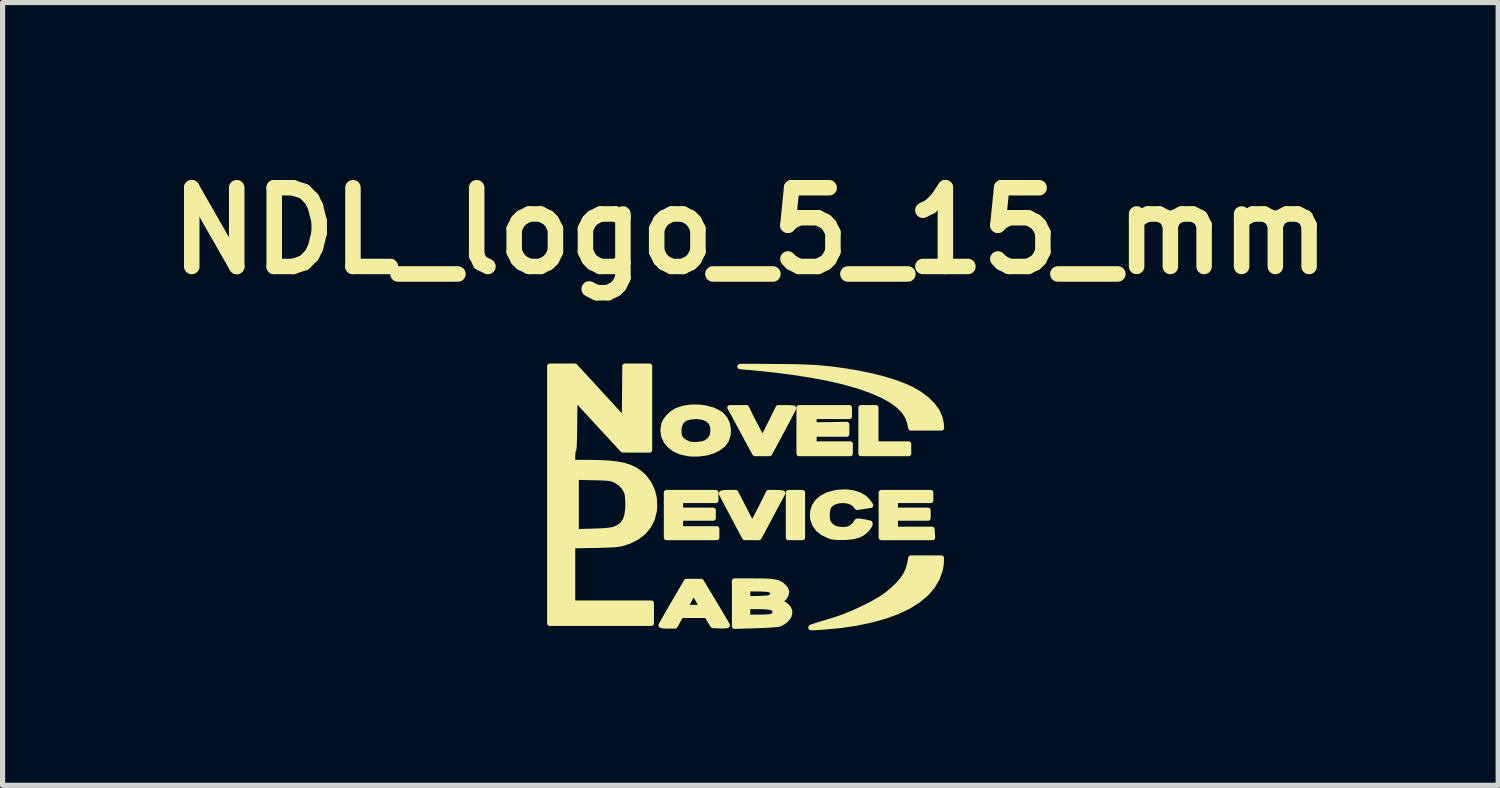
<source format=kicad_pcb>
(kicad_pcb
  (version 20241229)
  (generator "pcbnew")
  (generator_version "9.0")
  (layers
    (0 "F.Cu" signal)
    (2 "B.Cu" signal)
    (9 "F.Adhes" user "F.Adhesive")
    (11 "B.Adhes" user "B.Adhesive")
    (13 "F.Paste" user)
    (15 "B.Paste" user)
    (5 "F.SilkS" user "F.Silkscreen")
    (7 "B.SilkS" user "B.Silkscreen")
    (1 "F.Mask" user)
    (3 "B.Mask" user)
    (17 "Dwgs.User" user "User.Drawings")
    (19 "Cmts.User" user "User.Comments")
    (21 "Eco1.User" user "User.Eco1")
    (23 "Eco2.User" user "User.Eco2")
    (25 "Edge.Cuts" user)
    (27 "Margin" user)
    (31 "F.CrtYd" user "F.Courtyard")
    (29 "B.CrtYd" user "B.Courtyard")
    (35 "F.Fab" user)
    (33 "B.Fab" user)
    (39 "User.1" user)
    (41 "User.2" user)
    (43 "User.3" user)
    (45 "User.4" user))
  (footprint "NDL_logo_5_15_mm"
    (layer "F.Cu")
    (at 11.388 6.534)
    (property "Reference" "NDL_logo_5_15_mm" (at 0.086 -5.116 0) (layer "F.SilkS") (effects (font (size 1.524 1.524) (thickness 0.3))))
    (attr through_hole)
    (fp_poly (pts (xy 1.095 0.821) (xy 0.958 0.821) (xy 0.821 0.821) (xy 0.821 0.385) (xy 0.821 -0.051) (xy 0.958 -0.051) (xy 1.095 -0.051) (xy 1.095 0.385) (xy 1.095 0.821)) (stroke (width 0.1) (type solid)) (fill yes) (layer "F.SilkS"))
    (fp_poly (pts (xy 3.149 -0.804) (xy 2.687 -0.804) (xy 2.225 -0.804) (xy 2.225 -1.249) (xy 2.225 -1.694) (xy 2.37 -1.694) (xy 2.515 -1.694) (xy 2.515 -1.343) (xy 2.515 -0.992) (xy 2.832 -0.992) (xy 3.149 -0.992) (xy 3.149 -0.898) (xy 3.149 -0.804)) (stroke (width 0.1) (type solid)) (fill yes) (layer "F.SilkS"))
    (fp_poly (pts (xy -0.565 0.821) (xy -1.052 0.821) (xy -1.54 0.821) (xy -1.54 0.385) (xy -1.54 -0.051) (xy -1.061 -0.051) (xy -0.582 -0.051) (xy -0.582 0.026) (xy -0.582 0.103) (xy -0.924 0.103) (xy -1.266 0.103) (xy -1.266 0.197) (xy -1.266 0.291) (xy -0.95 0.291) (xy -0.633 0.291) (xy -0.633 0.368) (xy -0.633 0.445) (xy -0.95 0.445) (xy -1.266 0.445) (xy -1.266 0.548) (xy -1.266 0.65) (xy -0.915 0.65) (xy -0.565 0.65) (xy -0.565 0.736) (xy -0.565 0.821)) (stroke (width 0.1) (type solid)) (fill yes) (layer "F.SilkS"))
    (fp_poly (pts (xy 2.019 -0.804) (xy 1.523 -0.804) (xy 1.027 -0.804) (xy 1.027 -1.249) (xy 1.027 -1.694) (xy 1.514 -1.694) (xy 2.002 -1.694) (xy 2.002 -1.608) (xy 2.002 -1.523) (xy 1.66 -1.523) (xy 1.318 -1.523) (xy 1.318 -1.442) (xy 1.318 -1.36) (xy 1.634 -1.365) (xy 1.951 -1.37) (xy 1.951 -1.276) (xy 1.951 -1.181) (xy 1.634 -1.181) (xy 1.318 -1.181) (xy 1.318 -1.087) (xy 1.318 -0.992) (xy 1.668 -0.992) (xy 2.019 -0.992) (xy 2.019 -0.898) (xy 2.019 -0.804)) (stroke (width 0.1) (type solid)) (fill yes) (layer "F.SilkS"))
    (fp_poly (pts (xy 3.612 0.821) (xy 3.115 0.821) (xy 2.618 0.821) (xy 2.618 0.385) (xy 2.618 -0.051) (xy 3.097 -0.051) (xy 3.576 -0.051) (xy 3.576 0.026) (xy 3.576 0.103) (xy 3.234 0.103) (xy 2.892 0.103) (xy 2.892 0.197) (xy 2.892 0.291) (xy 3.208 0.291) (xy 3.525 0.291) (xy 3.525 0.368) (xy 3.525 0.445) (xy 3.208 0.445) (xy 2.892 0.445) (xy 2.892 0.552) (xy 2.892 0.659) (xy 3.247 0.659) (xy 3.602 0.659) (xy 3.607 0.74) (xy 3.612 0.821)) (stroke (width 0.1) (type solid)) (fill yes) (layer "F.SilkS"))
    (fp_poly (pts (xy 0.924 -1.684) (xy 0.916 -1.667) (xy 0.894 -1.624) (xy 0.86 -1.558) (xy 0.816 -1.474) (xy 0.764 -1.375) (xy 0.705 -1.265) (xy 0.691 -1.239) (xy 0.458 -0.804) (xy 0.315 -0.804) (xy 0.173 -0.804) (xy 0.131 -0.877) (xy 0.11 -0.916) (xy 0.076 -0.978) (xy 0.033 -1.058) (xy -0.016 -1.149) (xy -0.06 -1.232) (xy -0.112 -1.329) (xy -0.161 -1.422) (xy -0.206 -1.504) (xy -0.241 -1.569) (xy -0.26 -1.604) (xy -0.311 -1.694) (xy -0.15 -1.694) (xy 0.011 -1.694) (xy 0.061 -1.59) (xy 0.089 -1.533) (xy 0.128 -1.456) (xy 0.172 -1.37) (xy 0.216 -1.287) (xy 0.322 -1.088) (xy 0.473 -1.391) (xy 0.624 -1.694) (xy 0.774 -1.694) (xy 0.841 -1.693) (xy 0.892 -1.69) (xy 0.921 -1.686) (xy 0.924 -1.684)) (stroke (width 0.1) (type solid)) (fill yes) (layer "F.SilkS"))
    (fp_poly (pts (xy 0.714 -0.039) (xy 0.704 -0.021) (xy 0.68 0.023) (xy 0.645 0.09) (xy 0.599 0.174) (xy 0.546 0.273) (xy 0.488 0.382) (xy 0.48 0.398) (xy 0.253 0.821) (xy 0.114 0.821) (xy -0.026 0.82) (xy -0.248 0.402) (xy -0.306 0.292) (xy -0.359 0.192) (xy -0.405 0.105) (xy -0.441 0.036) (xy -0.465 -0.011) (xy -0.476 -0.033) (xy -0.476 -0.033) (xy -0.463 -0.043) (xy -0.418 -0.049) (xy -0.344 -0.051) (xy -0.339 -0.051) (xy -0.197 -0.051) (xy -0.043 0.25) (xy 0.005 0.342) (xy 0.048 0.424) (xy 0.083 0.49) (xy 0.108 0.535) (xy 0.12 0.556) (xy 0.121 0.556) (xy 0.131 0.544) (xy 0.154 0.505) (xy 0.186 0.444) (xy 0.227 0.366) (xy 0.273 0.275) (xy 0.283 0.256) (xy 0.436 -0.051) (xy 0.578 -0.051) (xy 0.642 -0.05) (xy 0.689 -0.046) (xy 0.713 -0.041) (xy 0.714 -0.039)) (stroke (width 0.1) (type solid)) (fill yes) (layer "F.SilkS"))
    (fp_poly (pts (xy 3.782 1.288) (xy 3.777 1.347) (xy 3.765 1.419) (xy 3.755 1.462) (xy 3.696 1.623) (xy 3.605 1.773) (xy 3.483 1.911) (xy 3.33 2.038) (xy 3.148 2.152) (xy 2.938 2.253) (xy 2.699 2.341) (xy 2.434 2.415) (xy 2.142 2.476) (xy 1.824 2.523) (xy 1.55 2.549) (xy 1.463 2.556) (xy 1.384 2.561) (xy 1.323 2.565) (xy 1.287 2.566) (xy 1.285 2.566) (xy 1.256 2.564) (xy 1.258 2.557) (xy 1.275 2.55) (xy 1.304 2.54) (xy 1.358 2.522) (xy 1.43 2.5) (xy 1.513 2.476) (xy 1.521 2.473) (xy 1.73 2.409) (xy 1.919 2.342) (xy 2.099 2.268) (xy 2.284 2.182) (xy 2.455 2.095) (xy 2.599 2.011) (xy 2.723 1.927) (xy 2.833 1.837) (xy 2.919 1.756) (xy 3.017 1.647) (xy 3.089 1.544) (xy 3.138 1.439) (xy 3.17 1.325) (xy 3.171 1.319) (xy 3.191 1.215) (xy 3.486 1.215) (xy 3.782 1.215) (xy 3.782 1.288)) (stroke (width 0.1) (type solid)) (fill yes) (layer "F.SilkS"))
    (fp_poly (pts (xy 3.786 -1.3) (xy 3.488 -1.3) (xy 3.19 -1.3) (xy 3.169 -1.401) (xy 3.127 -1.52) (xy 3.051 -1.633) (xy 2.942 -1.741) (xy 2.799 -1.843) (xy 2.623 -1.938) (xy 2.413 -2.028) (xy 2.171 -2.112) (xy 1.895 -2.19) (xy 1.822 -2.208) (xy 1.55 -2.269) (xy 1.25 -2.325) (xy 0.928 -2.375) (xy 0.591 -2.419) (xy 0.246 -2.456) (xy 0.059 -2.473) (xy -0.01 -2.478) (xy -0.064 -2.483) (xy -0.1 -2.487) (xy -0.118 -2.489) (xy -0.114 -2.491) (xy -0.088 -2.493) (xy -0.038 -2.493) (xy 0.039 -2.493) (xy 0.144 -2.493) (xy 0.279 -2.492) (xy 0.446 -2.491) (xy 0.513 -2.49) (xy 0.725 -2.488) (xy 0.908 -2.486) (xy 1.067 -2.482) (xy 1.208 -2.477) (xy 1.335 -2.47) (xy 1.454 -2.461) (xy 1.569 -2.45) (xy 1.687 -2.437) (xy 1.812 -2.42) (xy 1.925 -2.404) (xy 2.177 -2.362) (xy 2.421 -2.311) (xy 2.65 -2.254) (xy 2.86 -2.19) (xy 3.046 -2.122) (xy 3.191 -2.058) (xy 3.354 -1.965) (xy 3.494 -1.861) (xy 3.609 -1.749) (xy 3.696 -1.631) (xy 3.753 -1.509) (xy 3.778 -1.392) (xy 3.786 -1.3)) (stroke (width 0.1) (type solid)) (fill yes) (layer "F.SilkS"))
    (fp_poly (pts (xy -0.36 2.52) (xy -0.375 2.526) (xy -0.417 2.529) (xy -0.477 2.53) (xy -0.501 2.529) (xy -0.642 2.524) (xy -0.7 2.426) (xy -0.758 2.327) (xy -0.856 2.327) (xy -0.856 2.163) (xy -0.864 2.143) (xy -0.888 2.098) (xy -0.923 2.034) (xy -0.969 1.956) (xy -0.98 1.937) (xy -1.014 1.88) (xy -1.088 2.014) (xy -1.121 2.074) (xy -1.147 2.124) (xy -1.161 2.155) (xy -1.163 2.16) (xy -1.147 2.166) (xy -1.105 2.17) (xy -1.044 2.173) (xy -1.01 2.173) (xy -0.942 2.172) (xy -0.889 2.169) (xy -0.859 2.166) (xy -0.856 2.163) (xy -0.856 2.327) (xy -1.008 2.327) (xy -1.258 2.327) (xy -1.315 2.43) (xy -1.371 2.533) (xy -1.507 2.533) (xy -1.57 2.531) (xy -1.618 2.527) (xy -1.641 2.521) (xy -1.643 2.519) (xy -1.634 2.501) (xy -1.611 2.458) (xy -1.574 2.393) (xy -1.527 2.31) (xy -1.471 2.213) (xy -1.409 2.106) (xy -1.398 2.087) (xy -1.153 1.668) (xy -1.009 1.668) (xy -0.866 1.668) (xy -0.613 2.088) (xy -0.548 2.196) (xy -0.49 2.295) (xy -0.439 2.38) (xy -0.399 2.449) (xy -0.372 2.496) (xy -0.36 2.519) (xy -0.36 2.52)) (stroke (width 0.1) (type solid)) (fill yes) (layer "F.SilkS"))
    (fp_poly (pts (xy -0.341 -1.277) (xy -0.346 -1.17) (xy -0.377 -1.069) (xy -0.378 -1.066) (xy -0.436 -0.984) (xy -0.522 -0.914) (xy -0.63 -0.859) (xy -0.638 -0.857) (xy -0.638 -1.236) (xy -0.644 -1.332) (xy -0.679 -1.41) (xy -0.741 -1.469) (xy -0.828 -1.506) (xy -0.939 -1.522) (xy -0.965 -1.523) (xy -1.084 -1.513) (xy -1.175 -1.485) (xy -1.239 -1.438) (xy -1.28 -1.369) (xy -1.297 -1.277) (xy -1.297 -1.277) (xy -1.296 -1.184) (xy -1.276 -1.115) (xy -1.234 -1.063) (xy -1.165 -1.019) (xy -1.158 -1.016) (xy -1.102 -0.992) (xy -1.052 -0.981) (xy -0.991 -0.979) (xy -0.947 -0.98) (xy -0.851 -0.992) (xy -0.78 -1.014) (xy -0.769 -1.02) (xy -0.698 -1.076) (xy -0.655 -1.148) (xy -0.638 -1.236) (xy -0.638 -0.857) (xy -0.756 -0.82) (xy -0.895 -0.799) (xy -1.042 -0.797) (xy -1.125 -0.805) (xy -1.263 -0.836) (xy -1.382 -0.889) (xy -1.477 -0.961) (xy -1.548 -1.048) (xy -1.592 -1.148) (xy -1.607 -1.259) (xy -1.59 -1.375) (xy -1.558 -1.442) (xy -1.504 -1.513) (xy -1.435 -1.578) (xy -1.361 -1.628) (xy -1.333 -1.642) (xy -1.201 -1.684) (xy -1.057 -1.705) (xy -0.909 -1.705) (xy -0.765 -1.684) (xy -0.631 -1.645) (xy -0.516 -1.587) (xy -0.468 -1.551) (xy -0.404 -1.476) (xy -0.361 -1.382) (xy -0.341 -1.277)) (stroke (width 0.1) (type solid)) (fill yes) (layer "F.SilkS"))
    (fp_poly (pts (xy 2.415 0.197) (xy 2.283 0.217) (xy 2.151 0.238) (xy 2.116 0.194) (xy 2.059 0.145) (xy 1.983 0.115) (xy 1.896 0.102) (xy 1.806 0.107) (xy 1.722 0.128) (xy 1.651 0.165) (xy 1.603 0.218) (xy 1.599 0.224) (xy 1.579 0.29) (xy 1.571 0.381) (xy 1.571 0.391) (xy 1.578 0.475) (xy 1.599 0.537) (xy 1.642 0.589) (xy 1.682 0.622) (xy 1.734 0.646) (xy 1.807 0.661) (xy 1.888 0.666) (xy 1.963 0.658) (xy 1.991 0.651) (xy 2.044 0.623) (xy 2.096 0.579) (xy 2.133 0.531) (xy 2.142 0.511) (xy 2.155 0.502) (xy 2.185 0.501) (xy 2.241 0.508) (xy 2.268 0.513) (xy 2.329 0.525) (xy 2.376 0.535) (xy 2.399 0.542) (xy 2.4 0.542) (xy 2.403 0.561) (xy 2.387 0.597) (xy 2.358 0.64) (xy 2.321 0.683) (xy 2.316 0.688) (xy 2.249 0.74) (xy 2.173 0.777) (xy 2.081 0.801) (xy 1.965 0.814) (xy 1.899 0.817) (xy 1.803 0.818) (xy 1.731 0.815) (xy 1.674 0.808) (xy 1.624 0.794) (xy 1.614 0.79) (xy 1.491 0.733) (xy 1.396 0.658) (xy 1.33 0.566) (xy 1.293 0.46) (xy 1.289 0.434) (xy 1.291 0.318) (xy 1.324 0.213) (xy 1.385 0.123) (xy 1.474 0.048) (xy 1.587 -0.009) (xy 1.725 -0.047) (xy 1.784 -0.056) (xy 1.933 -0.063) (xy 2.07 -0.046) (xy 2.191 -0.008) (xy 2.293 0.051) (xy 2.369 0.129) (xy 2.375 0.138) (xy 2.415 0.197)) (stroke (width 0.1) (type solid)) (fill yes) (layer "F.SilkS"))
    (fp_poly (pts (xy 0.849 2.261) (xy 0.836 2.33) (xy 0.79 2.398) (xy 0.773 2.416) (xy 0.72 2.456) (xy 0.663 2.488) (xy 0.639 2.496) (xy 0.603 2.502) (xy 0.565 2.506) (xy 0.565 2.257) (xy 0.557 2.22) (xy 0.532 2.193) (xy 0.523 2.189) (xy 0.523 1.914) (xy 0.516 1.872) (xy 0.478 1.838) (xy 0.469 1.834) (xy 0.434 1.825) (xy 0.372 1.819) (xy 0.293 1.815) (xy 0.23 1.814) (xy 0.034 1.814) (xy 0.034 1.91) (xy 0.034 2.006) (xy 0.248 2) (xy 0.338 1.996) (xy 0.401 1.992) (xy 0.443 1.986) (xy 0.471 1.977) (xy 0.491 1.963) (xy 0.498 1.957) (xy 0.523 1.914) (xy 0.523 2.189) (xy 0.487 2.174) (xy 0.416 2.163) (xy 0.318 2.157) (xy 0.24 2.156) (xy 0.034 2.156) (xy 0.034 2.259) (xy 0.034 2.361) (xy 0.261 2.361) (xy 0.361 2.36) (xy 0.433 2.357) (xy 0.482 2.351) (xy 0.513 2.342) (xy 0.527 2.335) (xy 0.559 2.293) (xy 0.565 2.257) (xy 0.565 2.506) (xy 0.539 2.508) (xy 0.452 2.514) (xy 0.349 2.519) (xy 0.235 2.524) (xy 0.175 2.526) (xy -0.222 2.538) (xy -0.222 2.099) (xy -0.222 1.66) (xy 0.127 1.66) (xy 0.276 1.661) (xy 0.394 1.664) (xy 0.487 1.67) (xy 0.56 1.68) (xy 0.616 1.694) (xy 0.661 1.714) (xy 0.698 1.74) (xy 0.723 1.763) (xy 0.768 1.816) (xy 0.786 1.864) (xy 0.787 1.879) (xy 0.773 1.933) (xy 0.739 1.988) (xy 0.693 2.031) (xy 0.665 2.046) (xy 0.646 2.054) (xy 0.652 2.065) (xy 0.685 2.082) (xy 0.696 2.087) (xy 0.778 2.136) (xy 0.829 2.195) (xy 0.849 2.261)) (stroke (width 0.1) (type solid)) (fill yes) (layer "F.SilkS"))
    (fp_poly (pts (xy -1.767 0.227) (xy -1.775 0.311) (xy -1.815 0.464) (xy -1.883 0.599) (xy -1.98 0.716) (xy -2.105 0.813) (xy -2.256 0.89) (xy -2.285 0.9) (xy -2.285 0.188) (xy -2.288 0.089) (xy -2.295 0.006) (xy -2.306 -0.052) (xy -2.308 -0.058) (xy -2.355 -0.145) (xy -2.427 -0.223) (xy -2.517 -0.283) (xy -2.537 -0.292) (xy -2.571 -0.306) (xy -2.606 -0.317) (xy -2.647 -0.325) (xy -2.7 -0.33) (xy -2.771 -0.334) (xy -2.866 -0.337) (xy -2.956 -0.339) (xy -3.285 -0.346) (xy -3.285 0.18) (xy -3.285 0.706) (xy -2.965 0.697) (xy -2.824 0.692) (xy -2.714 0.685) (xy -2.631 0.676) (xy -2.57 0.665) (xy -2.555 0.66) (xy -2.46 0.619) (xy -2.387 0.562) (xy -2.336 0.485) (xy -2.303 0.384) (xy -2.287 0.257) (xy -2.285 0.188) (xy -2.285 0.9) (xy -2.387 0.934) (xy -2.43 0.944) (xy -2.484 0.952) (xy -2.553 0.959) (xy -2.643 0.963) (xy -2.757 0.967) (xy -2.9 0.971) (xy -2.922 0.971) (xy -3.354 0.979) (xy -3.354 1.533) (xy -3.354 2.088) (xy -2.592 2.088) (xy -1.831 2.088) (xy -1.831 2.284) (xy -1.831 2.481) (xy -2.815 2.481) (xy -3.799 2.481) (xy -3.799 -0.009) (xy -3.799 -2.498) (xy -3.554 -2.498) (xy -3.309 -2.498) (xy -2.831 -1.978) (xy -2.353 -1.457) (xy -2.348 -1.978) (xy -2.344 -2.498) (xy -2.104 -2.498) (xy -1.865 -2.498) (xy -1.865 -1.685) (xy -1.865 -0.873) (xy -2.126 -0.874) (xy -2.387 -0.875) (xy -2.849 -1.376) (xy -3.311 -1.877) (xy -3.316 -1.375) (xy -3.318 -1.222) (xy -3.32 -1.094) (xy -3.324 -0.993) (xy -3.328 -0.922) (xy -3.333 -0.882) (xy -3.337 -0.873) (xy -3.345 -0.857) (xy -3.351 -0.815) (xy -3.354 -0.755) (xy -3.354 -0.753) (xy -3.354 -0.633) (xy -3.042 -0.633) (xy -2.83 -0.63) (xy -2.649 -0.62) (xy -2.494 -0.602) (xy -2.361 -0.576) (xy -2.248 -0.54) (xy -2.149 -0.494) (xy -2.062 -0.436) (xy -1.983 -0.365) (xy -1.967 -0.349) (xy -1.875 -0.226) (xy -1.81 -0.087) (xy -1.773 0.066) (xy -1.767 0.227)) (stroke (width 0.1) (type solid)) (fill yes) (layer "F.SilkS")))
  (gr_rect
    (start -3 -3)
    (end 25.947 12.15)
    (stroke (width 0.1) (type default))
    (fill no)
    (layer "Edge.Cuts")))
</source>
